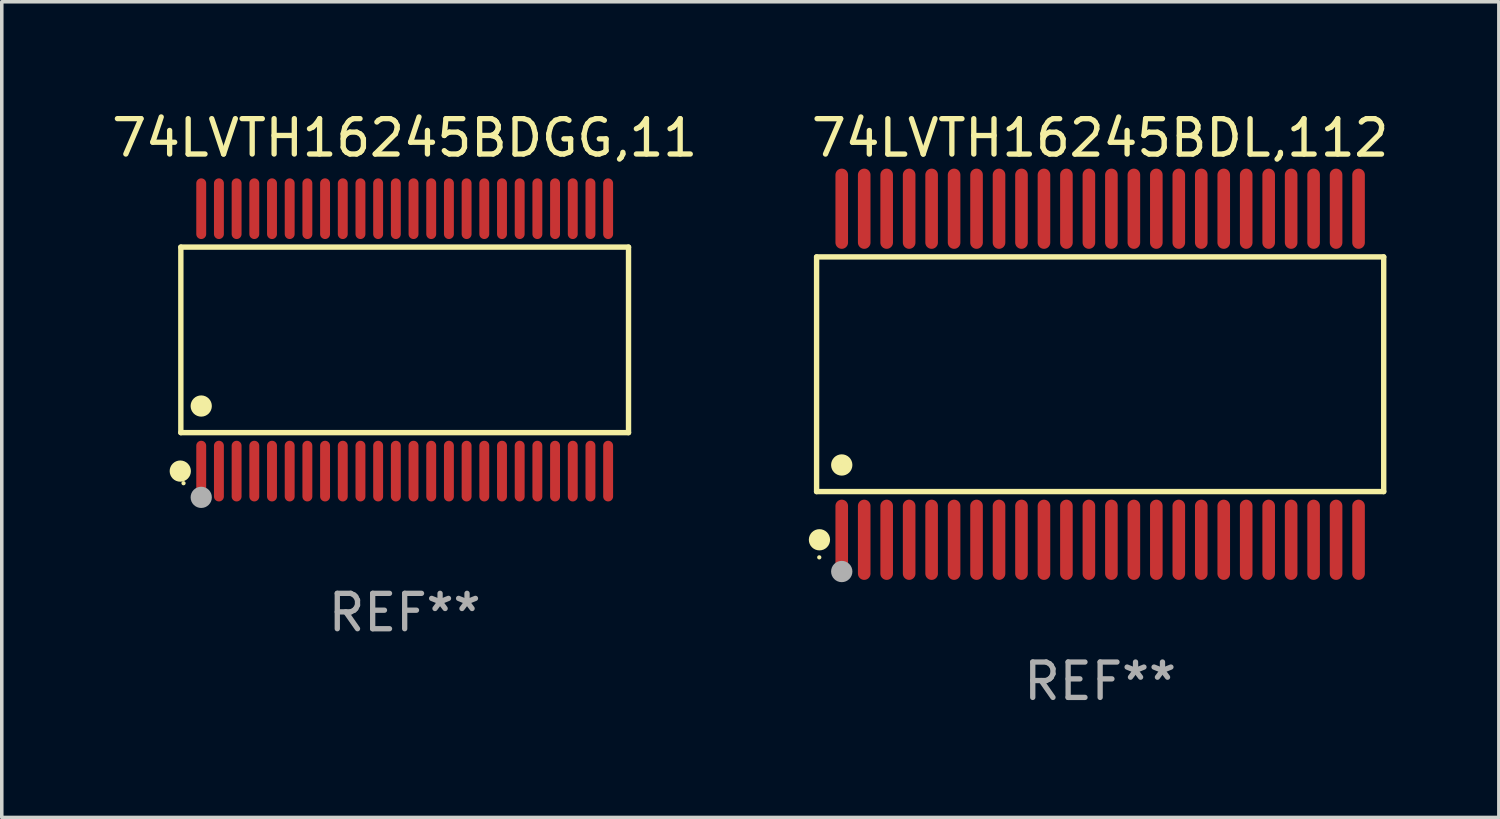
<source format=kicad_pcb>
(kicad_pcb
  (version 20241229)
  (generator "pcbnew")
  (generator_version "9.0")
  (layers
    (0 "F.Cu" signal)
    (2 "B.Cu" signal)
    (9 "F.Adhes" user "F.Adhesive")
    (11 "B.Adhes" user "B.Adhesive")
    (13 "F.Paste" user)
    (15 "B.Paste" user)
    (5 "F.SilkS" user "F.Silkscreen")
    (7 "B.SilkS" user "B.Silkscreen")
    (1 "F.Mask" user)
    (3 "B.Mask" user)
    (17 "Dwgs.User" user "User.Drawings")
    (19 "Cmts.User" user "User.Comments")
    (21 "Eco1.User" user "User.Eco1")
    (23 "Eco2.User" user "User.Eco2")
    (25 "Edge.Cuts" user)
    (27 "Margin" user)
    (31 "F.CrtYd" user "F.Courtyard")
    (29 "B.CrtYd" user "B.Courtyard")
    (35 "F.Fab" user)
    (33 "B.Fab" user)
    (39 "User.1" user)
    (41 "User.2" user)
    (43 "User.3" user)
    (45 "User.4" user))
  (footprint "74LVTH16245BDL,112"
    (layer "F.Cu")
    (at 28.042 7.527)
    (property "Reference" "74LVTH16245BDL,112" (at 0 -6.678 0) (layer "F.SilkS") (effects (font (size 1 1) (thickness 0.15))))
    (attr through_hole)
    (fp_line (start -8.014 -3.316) (end 8.014 -3.316) (stroke (width 0.152) (type solid)) (layer "F.SilkS"))
    (fp_line (start -8.014 3.316) (end -8.014 -3.316) (stroke (width 0.152) (type solid)) (layer "F.SilkS"))
    (fp_line (start 8.014 -3.316) (end 8.014 3.316) (stroke (width 0.152) (type solid)) (layer "F.SilkS"))
    (fp_line (start 8.014 3.316) (end -8.014 3.316) (stroke (width 0.152) (type solid)) (layer "F.SilkS"))
    (fp_circle (center -7.938 5.175) (end -7.908 5.175) (stroke (width 0.06) (type solid)) (fill no) (layer "F.SilkS"))
    (fp_circle (center -7.933 4.678) (end -7.783 4.678) (stroke (width 0.3) (type solid)) (fill no) (layer "F.SilkS"))
    (fp_circle (center -7.303 2.564) (end -7.152 2.564) (stroke (width 0.3) (type solid)) (fill no) (layer "F.SilkS"))
    (fp_circle (center -7.303 5.575) (end -7.152 5.575) (stroke (width 0.3) (type solid)) (fill no) (layer "F.Fab"))
    (fp_text user "REF**" (at 0 8.678 0) (layer "F.Fab") (effects (font (size 1 1) (thickness 0.15))))
    (pad "1" smd oval (at -7.303 4.678) (size 0.356 2.267) (layers "F.Cu" "F.Mask" "F.Paste"))
    (pad "2" smd oval (at -6.668 4.678) (size 0.356 2.267) (layers "F.Cu" "F.Mask" "F.Paste"))
    (pad "3" smd oval (at -6.033 4.678) (size 0.356 2.267) (layers "F.Cu" "F.Mask" "F.Paste"))
    (pad "4" smd oval (at -5.398 4.678) (size 0.356 2.267) (layers "F.Cu" "F.Mask" "F.Paste"))
    (pad "5" smd oval (at -4.763 4.678) (size 0.356 2.267) (layers "F.Cu" "F.Mask" "F.Paste"))
    (pad "6" smd oval (at -4.128 4.678) (size 0.356 2.267) (layers "F.Cu" "F.Mask" "F.Paste"))
    (pad "7" smd oval (at -3.493 4.678) (size 0.356 2.267) (layers "F.Cu" "F.Mask" "F.Paste"))
    (pad "8" smd oval (at -2.858 4.678) (size 0.356 2.267) (layers "F.Cu" "F.Mask" "F.Paste"))
    (pad "9" smd oval (at -2.223 4.678) (size 0.356 2.267) (layers "F.Cu" "F.Mask" "F.Paste"))
    (pad "10" smd oval (at -1.588 4.678) (size 0.356 2.267) (layers "F.Cu" "F.Mask" "F.Paste"))
    (pad "11" smd oval (at -0.953 4.678) (size 0.356 2.267) (layers "F.Cu" "F.Mask" "F.Paste"))
    (pad "12" smd oval (at -0.318 4.678) (size 0.356 2.267) (layers "F.Cu" "F.Mask" "F.Paste"))
    (pad "13" smd oval (at 0.318 4.678) (size 0.356 2.267) (layers "F.Cu" "F.Mask" "F.Paste"))
    (pad "14" smd oval (at 0.953 4.678) (size 0.356 2.267) (layers "F.Cu" "F.Mask" "F.Paste"))
    (pad "15" smd oval (at 1.588 4.678) (size 0.356 2.267) (layers "F.Cu" "F.Mask" "F.Paste"))
    (pad "16" smd oval (at 2.223 4.678) (size 0.356 2.267) (layers "F.Cu" "F.Mask" "F.Paste"))
    (pad "17" smd oval (at 2.858 4.678) (size 0.356 2.267) (layers "F.Cu" "F.Mask" "F.Paste"))
    (pad "18" smd oval (at 3.493 4.678) (size 0.356 2.267) (layers "F.Cu" "F.Mask" "F.Paste"))
    (pad "19" smd oval (at 4.128 4.678) (size 0.356 2.267) (layers "F.Cu" "F.Mask" "F.Paste"))
    (pad "20" smd oval (at 4.763 4.678) (size 0.356 2.267) (layers "F.Cu" "F.Mask" "F.Paste"))
    (pad "21" smd oval (at 5.398 4.678) (size 0.356 2.267) (layers "F.Cu" "F.Mask" "F.Paste"))
    (pad "22" smd oval (at 6.033 4.678) (size 0.356 2.267) (layers "F.Cu" "F.Mask" "F.Paste"))
    (pad "23" smd oval (at 6.668 4.678) (size 0.356 2.267) (layers "F.Cu" "F.Mask" "F.Paste"))
    (pad "24" smd oval (at 7.303 4.678) (size 0.356 2.267) (layers "F.Cu" "F.Mask" "F.Paste"))
    (pad "25" smd oval (at 7.303 -4.678) (size 0.356 2.267) (layers "F.Cu" "F.Mask" "F.Paste"))
    (pad "26" smd oval (at 6.668 -4.678) (size 0.356 2.267) (layers "F.Cu" "F.Mask" "F.Paste"))
    (pad "27" smd oval (at 6.033 -4.678) (size 0.356 2.267) (layers "F.Cu" "F.Mask" "F.Paste"))
    (pad "28" smd oval (at 5.398 -4.678) (size 0.356 2.267) (layers "F.Cu" "F.Mask" "F.Paste"))
    (pad "29" smd oval (at 4.763 -4.678) (size 0.356 2.267) (layers "F.Cu" "F.Mask" "F.Paste"))
    (pad "30" smd oval (at 4.128 -4.678) (size 0.356 2.267) (layers "F.Cu" "F.Mask" "F.Paste"))
    (pad "31" smd oval (at 3.493 -4.678) (size 0.356 2.267) (layers "F.Cu" "F.Mask" "F.Paste"))
    (pad "32" smd oval (at 2.858 -4.678) (size 0.356 2.267) (layers "F.Cu" "F.Mask" "F.Paste"))
    (pad "33" smd oval (at 2.223 -4.678) (size 0.356 2.267) (layers "F.Cu" "F.Mask" "F.Paste"))
    (pad "34" smd oval (at 1.588 -4.678) (size 0.356 2.267) (layers "F.Cu" "F.Mask" "F.Paste"))
    (pad "35" smd oval (at 0.953 -4.678) (size 0.356 2.267) (layers "F.Cu" "F.Mask" "F.Paste"))
    (pad "36" smd oval (at 0.318 -4.678) (size 0.356 2.267) (layers "F.Cu" "F.Mask" "F.Paste"))
    (pad "37" smd oval (at -0.318 -4.678) (size 0.356 2.267) (layers "F.Cu" "F.Mask" "F.Paste"))
    (pad "38" smd oval (at -0.953 -4.678) (size 0.356 2.267) (layers "F.Cu" "F.Mask" "F.Paste"))
    (pad "39" smd oval (at -1.588 -4.678) (size 0.356 2.267) (layers "F.Cu" "F.Mask" "F.Paste"))
    (pad "40" smd oval (at -2.223 -4.678) (size 0.356 2.267) (layers "F.Cu" "F.Mask" "F.Paste"))
    (pad "41" smd oval (at -2.858 -4.678) (size 0.356 2.267) (layers "F.Cu" "F.Mask" "F.Paste"))
    (pad "42" smd oval (at -3.493 -4.678) (size 0.356 2.267) (layers "F.Cu" "F.Mask" "F.Paste"))
    (pad "43" smd oval (at -4.128 -4.678) (size 0.356 2.267) (layers "F.Cu" "F.Mask" "F.Paste"))
    (pad "44" smd oval (at -4.763 -4.678) (size 0.356 2.267) (layers "F.Cu" "F.Mask" "F.Paste"))
    (pad "45" smd oval (at -5.398 -4.678) (size 0.356 2.267) (layers "F.Cu" "F.Mask" "F.Paste"))
    (pad "46" smd oval (at -6.033 -4.678) (size 0.356 2.267) (layers "F.Cu" "F.Mask" "F.Paste"))
    (pad "47" smd oval (at -6.668 -4.678) (size 0.356 2.267) (layers "F.Cu" "F.Mask" "F.Paste"))
    (pad "48" smd oval (at -7.303 -4.678) (size 0.356 2.267) (layers "F.Cu" "F.Mask" "F.Paste")))
  (footprint "74LVTH16245BDGG,11"
    (layer "F.Cu")
    (at 8.387 6.556)
    (property "Reference" "74LVTH16245BDGG,11" (at 0 -5.708 0) (layer "F.SilkS") (effects (font (size 1 1) (thickness 0.15))))
    (attr through_hole)
    (fp_line (start -6.326 -2.622) (end 6.326 -2.622) (stroke (width 0.152) (type solid)) (layer "F.SilkS"))
    (fp_line (start -6.326 2.621) (end -6.326 -2.622) (stroke (width 0.152) (type solid)) (layer "F.SilkS"))
    (fp_line (start 6.326 -2.622) (end 6.326 2.621) (stroke (width 0.152) (type solid)) (layer "F.SilkS"))
    (fp_line (start 6.326 2.621) (end -6.326 2.621) (stroke (width 0.152) (type solid)) (layer "F.SilkS"))
    (fp_circle (center -6.342 3.708) (end -6.192 3.708) (stroke (width 0.3) (type solid)) (fill no) (layer "F.SilkS"))
    (fp_circle (center -6.25 4.05) (end -6.22 4.05) (stroke (width 0.06) (type solid)) (fill no) (layer "F.SilkS"))
    (fp_circle (center -5.75 1.869) (end -5.6 1.869) (stroke (width 0.3) (type solid)) (fill no) (layer "F.SilkS"))
    (fp_circle (center -5.75 4.45) (end -5.6 4.45) (stroke (width 0.3) (type solid)) (fill no) (layer "F.Fab"))
    (fp_text user "REF**" (at 0 7.708 0) (layer "F.Fab") (effects (font (size 1 1) (thickness 0.15))))
    (pad "1" smd oval (at -5.75 3.708) (size 0.28 1.715) (layers "F.Cu" "F.Mask" "F.Paste"))
    (pad "2" smd oval (at -5.25 3.708) (size 0.28 1.715) (layers "F.Cu" "F.Mask" "F.Paste"))
    (pad "3" smd oval (at -4.75 3.708) (size 0.28 1.715) (layers "F.Cu" "F.Mask" "F.Paste"))
    (pad "4" smd oval (at -4.25 3.708) (size 0.28 1.715) (layers "F.Cu" "F.Mask" "F.Paste"))
    (pad "5" smd oval (at -3.75 3.708) (size 0.28 1.715) (layers "F.Cu" "F.Mask" "F.Paste"))
    (pad "6" smd oval (at -3.25 3.708) (size 0.28 1.715) (layers "F.Cu" "F.Mask" "F.Paste"))
    (pad "7" smd oval (at -2.75 3.708) (size 0.28 1.715) (layers "F.Cu" "F.Mask" "F.Paste"))
    (pad "8" smd oval (at -2.25 3.708) (size 0.28 1.715) (layers "F.Cu" "F.Mask" "F.Paste"))
    (pad "9" smd oval (at -1.75 3.708) (size 0.28 1.715) (layers "F.Cu" "F.Mask" "F.Paste"))
    (pad "10" smd oval (at -1.25 3.708) (size 0.28 1.715) (layers "F.Cu" "F.Mask" "F.Paste"))
    (pad "11" smd oval (at -0.75 3.708) (size 0.28 1.715) (layers "F.Cu" "F.Mask" "F.Paste"))
    (pad "12" smd oval (at -0.25 3.708) (size 0.28 1.715) (layers "F.Cu" "F.Mask" "F.Paste"))
    (pad "13" smd oval (at 0.25 3.708) (size 0.28 1.715) (layers "F.Cu" "F.Mask" "F.Paste"))
    (pad "14" smd oval (at 0.75 3.708) (size 0.28 1.715) (layers "F.Cu" "F.Mask" "F.Paste"))
    (pad "15" smd oval (at 1.25 3.708) (size 0.28 1.715) (layers "F.Cu" "F.Mask" "F.Paste"))
    (pad "16" smd oval (at 1.75 3.708) (size 0.28 1.715) (layers "F.Cu" "F.Mask" "F.Paste"))
    (pad "17" smd oval (at 2.25 3.708) (size 0.28 1.715) (layers "F.Cu" "F.Mask" "F.Paste"))
    (pad "18" smd oval (at 2.75 3.708) (size 0.28 1.715) (layers "F.Cu" "F.Mask" "F.Paste"))
    (pad "19" smd oval (at 3.25 3.708) (size 0.28 1.715) (layers "F.Cu" "F.Mask" "F.Paste"))
    (pad "20" smd oval (at 3.75 3.708) (size 0.28 1.715) (layers "F.Cu" "F.Mask" "F.Paste"))
    (pad "21" smd oval (at 4.25 3.708) (size 0.28 1.715) (layers "F.Cu" "F.Mask" "F.Paste"))
    (pad "22" smd oval (at 4.75 3.708) (size 0.28 1.715) (layers "F.Cu" "F.Mask" "F.Paste"))
    (pad "23" smd oval (at 5.25 3.708) (size 0.28 1.715) (layers "F.Cu" "F.Mask" "F.Paste"))
    (pad "24" smd oval (at 5.75 3.708) (size 0.28 1.715) (layers "F.Cu" "F.Mask" "F.Paste"))
    (pad "25" smd oval (at 5.75 -3.708) (size 0.28 1.715) (layers "F.Cu" "F.Mask" "F.Paste"))
    (pad "26" smd oval (at 5.25 -3.708) (size 0.28 1.715) (layers "F.Cu" "F.Mask" "F.Paste"))
    (pad "27" smd oval (at 4.75 -3.708) (size 0.28 1.715) (layers "F.Cu" "F.Mask" "F.Paste"))
    (pad "28" smd oval (at 4.25 -3.708) (size 0.28 1.715) (layers "F.Cu" "F.Mask" "F.Paste"))
    (pad "29" smd oval (at 3.75 -3.708) (size 0.28 1.715) (layers "F.Cu" "F.Mask" "F.Paste"))
    (pad "30" smd oval (at 3.25 -3.708) (size 0.28 1.715) (layers "F.Cu" "F.Mask" "F.Paste"))
    (pad "31" smd oval (at 2.75 -3.708) (size 0.28 1.715) (layers "F.Cu" "F.Mask" "F.Paste"))
    (pad "32" smd oval (at 2.25 -3.708) (size 0.28 1.715) (layers "F.Cu" "F.Mask" "F.Paste"))
    (pad "33" smd oval (at 1.75 -3.708) (size 0.28 1.715) (layers "F.Cu" "F.Mask" "F.Paste"))
    (pad "34" smd oval (at 1.25 -3.708) (size 0.28 1.715) (layers "F.Cu" "F.Mask" "F.Paste"))
    (pad "35" smd oval (at 0.75 -3.708) (size 0.28 1.715) (layers "F.Cu" "F.Mask" "F.Paste"))
    (pad "36" smd oval (at 0.25 -3.708) (size 0.28 1.715) (layers "F.Cu" "F.Mask" "F.Paste"))
    (pad "37" smd oval (at -0.25 -3.708) (size 0.28 1.715) (layers "F.Cu" "F.Mask" "F.Paste"))
    (pad "38" smd oval (at -0.75 -3.708) (size 0.28 1.715) (layers "F.Cu" "F.Mask" "F.Paste"))
    (pad "39" smd oval (at -1.25 -3.708) (size 0.28 1.715) (layers "F.Cu" "F.Mask" "F.Paste"))
    (pad "40" smd oval (at -1.75 -3.708) (size 0.28 1.715) (layers "F.Cu" "F.Mask" "F.Paste"))
    (pad "41" smd oval (at -2.25 -3.708) (size 0.28 1.715) (layers "F.Cu" "F.Mask" "F.Paste"))
    (pad "42" smd oval (at -2.75 -3.708) (size 0.28 1.715) (layers "F.Cu" "F.Mask" "F.Paste"))
    (pad "43" smd oval (at -3.25 -3.708) (size 0.28 1.715) (layers "F.Cu" "F.Mask" "F.Paste"))
    (pad "44" smd oval (at -3.75 -3.708) (size 0.28 1.715) (layers "F.Cu" "F.Mask" "F.Paste"))
    (pad "45" smd oval (at -4.25 -3.708) (size 0.28 1.715) (layers "F.Cu" "F.Mask" "F.Paste"))
    (pad "46" smd oval (at -4.75 -3.708) (size 0.28 1.715) (layers "F.Cu" "F.Mask" "F.Paste"))
    (pad "47" smd oval (at -5.25 -3.708) (size 0.28 1.715) (layers "F.Cu" "F.Mask" "F.Paste"))
    (pad "48" smd oval (at -5.75 -3.708) (size 0.28 1.715) (layers "F.Cu" "F.Mask" "F.Paste")))
  (gr_rect
    (start -3 -3)
    (end 39.31 20.053)
    (stroke (width 0.1) (type default))
    (fill no)
    (layer "Edge.Cuts")))
</source>
